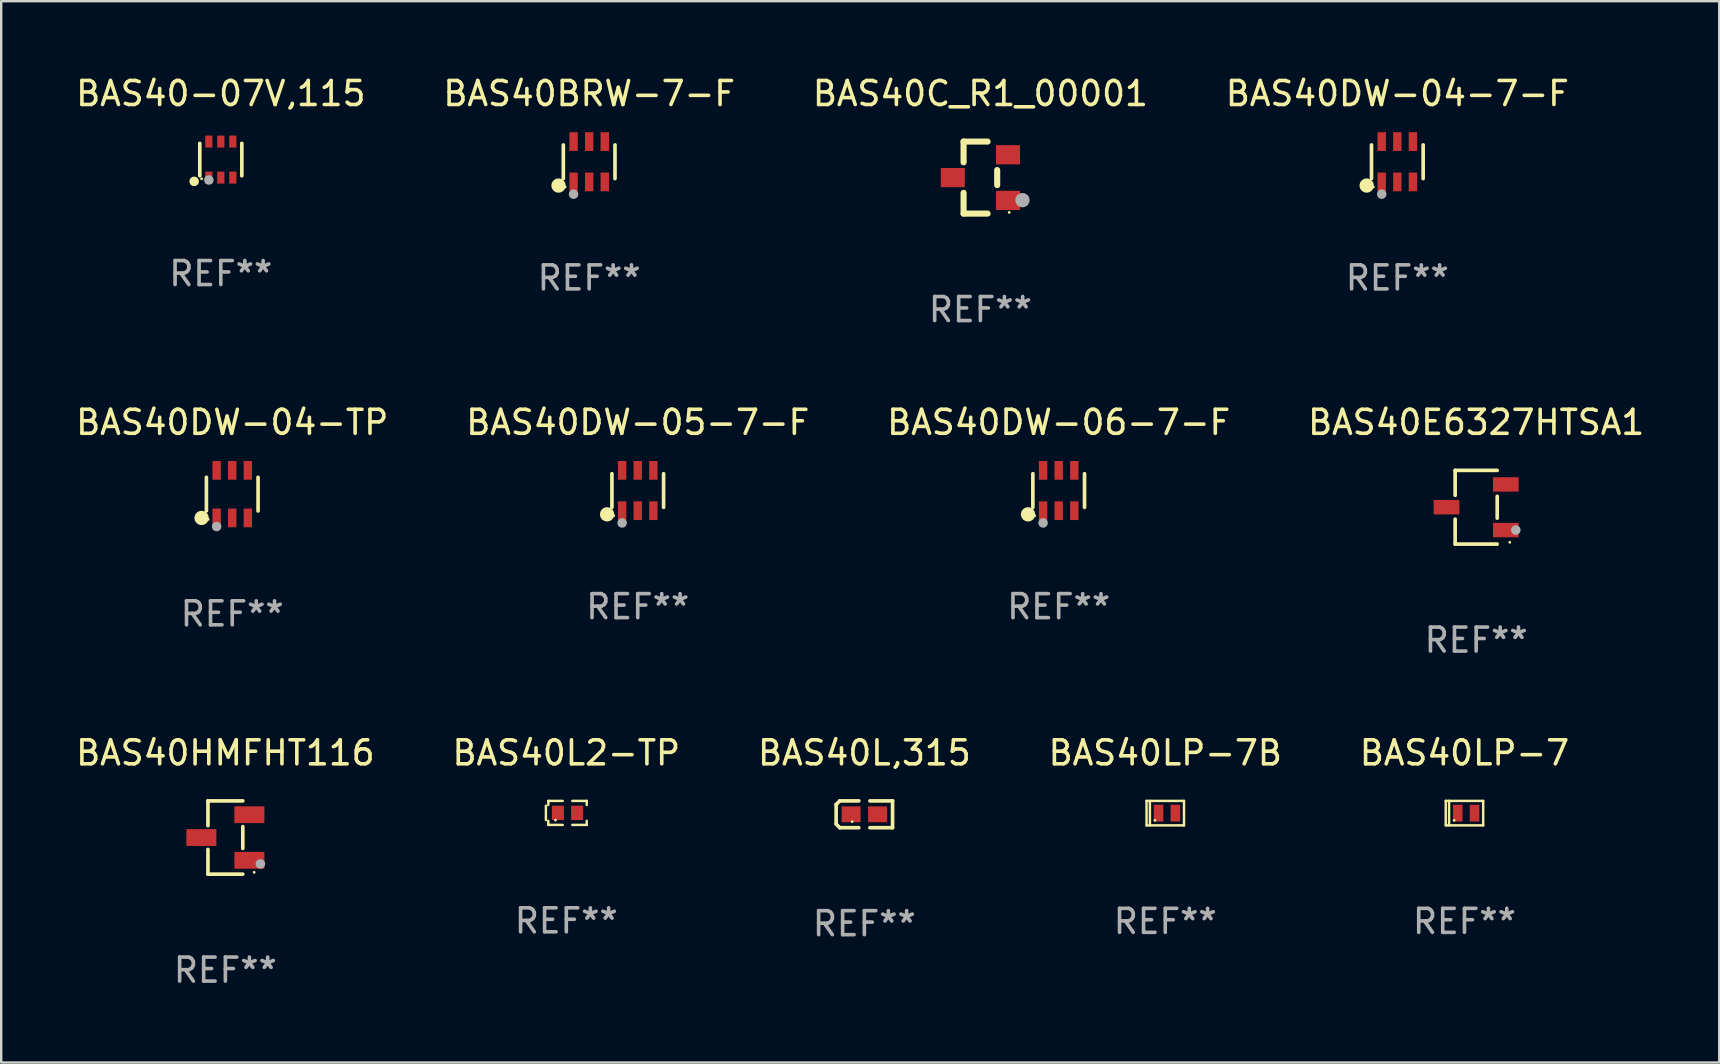
<source format=kicad_pcb>
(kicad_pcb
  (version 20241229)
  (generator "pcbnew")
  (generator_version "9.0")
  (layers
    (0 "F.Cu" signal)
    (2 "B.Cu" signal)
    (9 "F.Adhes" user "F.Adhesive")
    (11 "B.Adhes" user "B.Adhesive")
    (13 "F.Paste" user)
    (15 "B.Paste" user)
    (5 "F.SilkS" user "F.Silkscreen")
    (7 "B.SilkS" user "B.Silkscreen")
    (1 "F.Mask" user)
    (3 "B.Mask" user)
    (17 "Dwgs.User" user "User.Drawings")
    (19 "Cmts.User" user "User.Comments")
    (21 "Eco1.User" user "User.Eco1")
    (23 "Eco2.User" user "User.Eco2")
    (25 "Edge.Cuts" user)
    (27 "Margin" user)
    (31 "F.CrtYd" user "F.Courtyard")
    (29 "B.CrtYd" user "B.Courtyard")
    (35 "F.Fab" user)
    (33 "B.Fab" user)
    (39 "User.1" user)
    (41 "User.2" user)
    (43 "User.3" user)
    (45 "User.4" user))
  (footprint "BAS40C_R1_00001"
    (layer "F.Cu")
    (at 37.792 4.348)
    (property "Reference" "BAS40C_R1_00001" (at 0 -3.5 0) (layer "F.SilkS") (effects (font (size 1 1) (thickness 0.15))))
    (attr through_hole)
    (fp_line (start -0.7 -1.5) (end 0.3 -1.5) (stroke (width 0.254) (type solid)) (layer "F.SilkS"))
    (fp_line (start -0.7 -0.636) (end -0.7 -1.5) (stroke (width 0.254) (type solid)) (layer "F.SilkS"))
    (fp_line (start -0.7 1.5) (end -0.7 0.636) (stroke (width 0.254) (type solid)) (layer "F.SilkS"))
    (fp_line (start -0.7 1.5) (end 0.3 1.5) (stroke (width 0.254) (type solid)) (layer "F.SilkS"))
    (fp_line (start 0.7 0.314) (end 0.7 -0.314) (stroke (width 0.254) (type solid)) (layer "F.SilkS"))
    (fp_circle (center 1.2 1.45) (end 1.23 1.45) (stroke (width 0.06) (type solid)) (fill no) (layer "F.SilkS"))
    (fp_circle (center 1.753 0.94) (end 1.903 0.94) (stroke (width 0.3) (type solid)) (fill no) (layer "F.Fab"))
    (fp_text user "REF**" (at 0 5.5 0) (layer "F.Fab") (effects (font (size 1 1) (thickness 0.15))))
    (pad "1" smd rect (at 1.15 0.95 180) (size 1 0.8) (layers "F.Cu" "F.Mask" "F.Paste"))
    (pad "2" smd rect (at 1.15 -0.95 180) (size 1 0.8) (layers "F.Cu" "F.Mask" "F.Paste"))
    (pad "3" smd rect (at -1.15 -0.000051 180) (size 1 0.8) (layers "F.Cu" "F.Mask" "F.Paste")))
  (footprint "BAS40DW-06-7-F"
    (layer "F.Cu")
    (at 41.054 17.385)
    (property "Reference" "BAS40DW-06-7-F" (at 0 -2.84 0) (layer "F.SilkS") (effects (font (size 1 1) (thickness 0.15))))
    (attr through_hole)
    (fp_line (start -1.076 0.701) (end -1.076 -0.701) (stroke (width 0.152) (type solid)) (layer "F.SilkS"))
    (fp_line (start 1.076 0.701) (end 1.076 -0.701) (stroke (width 0.152) (type solid)) (layer "F.SilkS"))
    (fp_circle (center -1.277 0.992) (end -1.127 0.992) (stroke (width 0.3) (type solid)) (fill no) (layer "F.SilkS"))
    (fp_circle (center -1 1.05) (end -0.97 1.05) (stroke (width 0.06) (type solid)) (fill no) (layer "F.SilkS"))
    (fp_circle (center -0.65 1.35) (end -0.55 1.35) (stroke (width 0.2) (type solid)) (fill no) (layer "F.Fab"))
    (fp_text user "REF**" (at 0 4.84 0) (layer "F.Fab") (effects (font (size 1 1) (thickness 0.15))))
    (pad "1" smd rect (at -0.65 0.84) (size 0.35 0.78) (layers "F.Cu" "F.Mask" "F.Paste"))
    (pad "2" smd rect (at 0 0.84) (size 0.35 0.78) (layers "F.Cu" "F.Mask" "F.Paste"))
    (pad "3" smd rect (at 0.65 0.84) (size 0.35 0.78) (layers "F.Cu" "F.Mask" "F.Paste"))
    (pad "4" smd rect (at 0.65 -0.84) (size 0.35 0.78) (layers "F.Cu" "F.Mask" "F.Paste"))
    (pad "5" smd rect (at 0 -0.84) (size 0.35 0.78) (layers "F.Cu" "F.Mask" "F.Paste"))
    (pad "6" smd rect (at -0.65 -0.84) (size 0.35 0.78) (layers "F.Cu" "F.Mask" "F.Paste")))
  (footprint "BAS40DW-04-7-F"
    (layer "F.Cu")
    (at 55.161 3.688)
    (property "Reference" "BAS40DW-04-7-F" (at 0 -2.84 0) (layer "F.SilkS") (effects (font (size 1 1) (thickness 0.15))))
    (attr through_hole)
    (fp_line (start -1.076 0.701) (end -1.076 -0.701) (stroke (width 0.152) (type solid)) (layer "F.SilkS"))
    (fp_line (start 1.076 0.701) (end 1.076 -0.701) (stroke (width 0.152) (type solid)) (layer "F.SilkS"))
    (fp_circle (center -1.277 0.992) (end -1.127 0.992) (stroke (width 0.3) (type solid)) (fill no) (layer "F.SilkS"))
    (fp_circle (center -1 1.05) (end -0.97 1.05) (stroke (width 0.06) (type solid)) (fill no) (layer "F.SilkS"))
    (fp_circle (center -0.65 1.35) (end -0.55 1.35) (stroke (width 0.2) (type solid)) (fill no) (layer "F.Fab"))
    (fp_text user "REF**" (at 0 4.84 0) (layer "F.Fab") (effects (font (size 1 1) (thickness 0.15))))
    (pad "1" smd rect (at -0.65 0.84) (size 0.35 0.78) (layers "F.Cu" "F.Mask" "F.Paste"))
    (pad "2" smd rect (at 0 0.84) (size 0.35 0.78) (layers "F.Cu" "F.Mask" "F.Paste"))
    (pad "3" smd rect (at 0.65 0.84) (size 0.35 0.78) (layers "F.Cu" "F.Mask" "F.Paste"))
    (pad "4" smd rect (at 0.65 -0.84) (size 0.35 0.78) (layers "F.Cu" "F.Mask" "F.Paste"))
    (pad "5" smd rect (at 0 -0.84) (size 0.35 0.78) (layers "F.Cu" "F.Mask" "F.Paste"))
    (pad "6" smd rect (at -0.65 -0.84) (size 0.35 0.78) (layers "F.Cu" "F.Mask" "F.Paste")))
  (footprint "BAS40L,315"
    (layer "F.Cu")
    (at 32.958 30.873)
    (property "Reference" "BAS40L,315" (at 0 -2.559 0) (layer "F.SilkS") (effects (font (size 1 1) (thickness 0.15))))
    (attr through_hole)
    (fp_line (start -1.175 -0.407) (end -1.023 -0.559) (stroke (width 0.152) (type solid)) (layer "F.SilkS"))
    (fp_line (start -1.175 0.407) (end -1.175 -0.407) (stroke (width 0.152) (type solid)) (layer "F.SilkS"))
    (fp_line (start -1.023 -0.559) (end -0.232 -0.559) (stroke (width 0.152) (type solid)) (layer "F.SilkS"))
    (fp_line (start -1.023 0.559) (end -1.175 0.407) (stroke (width 0.152) (type solid)) (layer "F.SilkS"))
    (fp_line (start -0.232 0.559) (end -1.023 0.559) (stroke (width 0.152) (type solid)) (layer "F.SilkS"))
    (fp_line (start 0.232 0.559) (end 1.175 0.559) (stroke (width 0.152) (type solid)) (layer "F.SilkS"))
    (fp_line (start 1.175 -0.559) (end 0.232 -0.559) (stroke (width 0.152) (type solid)) (layer "F.SilkS"))
    (fp_line (start 1.175 0.559) (end 1.175 -0.559) (stroke (width 0.152) (type solid)) (layer "F.SilkS"))
    (fp_circle (center -0.506 0.306) (end -0.476 0.306) (stroke (width 0.06) (type solid)) (fill no) (layer "F.SilkS"))
    (fp_text user "REF**" (at 0 4.559 0) (layer "F.Fab") (effects (font (size 1 1) (thickness 0.15))))
    (pad "1" smd rect (at -0.551 0) (size 0.79 0.661) (layers "F.Cu" "F.Mask" "F.Paste"))
    (pad "2" smd rect (at 0.551 0) (size 0.79 0.661) (layers "F.Cu" "F.Mask" "F.Paste")))
  (footprint "BAS40HMFHT116"
    (layer "F.Cu")
    (at 6.339 31.84)
    (property "Reference" "BAS40HMFHT116" (at 0 -3.526 0) (layer "F.SilkS") (effects (font (size 1 1) (thickness 0.15))))
    (attr through_hole)
    (fp_line (start -0.726 -1.526) (end -0.726 -0.495) (stroke (width 0.152) (type solid)) (layer "F.SilkS"))
    (fp_line (start -0.726 1.526) (end -0.726 0.495) (stroke (width 0.152) (type solid)) (layer "F.SilkS"))
    (fp_line (start 0.726 -1.526) (end -0.726 -1.526) (stroke (width 0.152) (type solid)) (layer "F.SilkS"))
    (fp_line (start 0.726 -0.455) (end 0.726 0.455) (stroke (width 0.152) (type solid)) (layer "F.SilkS"))
    (fp_line (start 0.726 1.526) (end -0.726 1.526) (stroke (width 0.152) (type solid)) (layer "F.SilkS"))
    (fp_circle (center 1.2 1.45) (end 1.23 1.45) (stroke (width 0.06) (type solid)) (fill no) (layer "F.SilkS"))
    (fp_circle (center 1.46 1.1) (end 1.56 1.1) (stroke (width 0.2) (type solid)) (fill no) (layer "F.Fab"))
    (fp_text user "REF**" (at 0 5.526 0) (layer "F.Fab") (effects (font (size 1 1) (thickness 0.15))))
    (pad "1" smd rect (at 1 0.95) (size 1.25 0.7) (layers "F.Cu" "F.Mask" "F.Paste"))
    (pad "2" smd rect (at 1 -0.95) (size 1.25 0.7) (layers "F.Cu" "F.Mask" "F.Paste"))
    (pad "3" smd rect (at -1 0) (size 1.25 0.7) (layers "F.Cu" "F.Mask" "F.Paste")))
  (footprint "BAS40BRW-7-F"
    (layer "F.Cu")
    (at 21.494 3.688)
    (property "Reference" "BAS40BRW-7-F" (at 0 -2.84 0) (layer "F.SilkS") (effects (font (size 1 1) (thickness 0.15))))
    (attr through_hole)
    (fp_line (start -1.076 0.701) (end -1.076 -0.701) (stroke (width 0.152) (type solid)) (layer "F.SilkS"))
    (fp_line (start 1.076 0.701) (end 1.076 -0.701) (stroke (width 0.152) (type solid)) (layer "F.SilkS"))
    (fp_circle (center -1.277 0.992) (end -1.127 0.992) (stroke (width 0.3) (type solid)) (fill no) (layer "F.SilkS"))
    (fp_circle (center -1 1.05) (end -0.97 1.05) (stroke (width 0.06) (type solid)) (fill no) (layer "F.SilkS"))
    (fp_circle (center -0.65 1.35) (end -0.55 1.35) (stroke (width 0.2) (type solid)) (fill no) (layer "F.Fab"))
    (fp_text user "REF**" (at 0 4.84 0) (layer "F.Fab") (effects (font (size 1 1) (thickness 0.15))))
    (pad "1" smd rect (at -0.65 0.84) (size 0.35 0.78) (layers "F.Cu" "F.Mask" "F.Paste"))
    (pad "2" smd rect (at 0 0.84) (size 0.35 0.78) (layers "F.Cu" "F.Mask" "F.Paste"))
    (pad "3" smd rect (at 0.65 0.84) (size 0.35 0.78) (layers "F.Cu" "F.Mask" "F.Paste"))
    (pad "4" smd rect (at 0.65 -0.84) (size 0.35 0.78) (layers "F.Cu" "F.Mask" "F.Paste"))
    (pad "5" smd rect (at 0 -0.84) (size 0.35 0.78) (layers "F.Cu" "F.Mask" "F.Paste"))
    (pad "6" smd rect (at -0.65 -0.84) (size 0.35 0.78) (layers "F.Cu" "F.Mask" "F.Paste")))
  (footprint "BAS40E6327HTSA1"
    (layer "F.Cu")
    (at 58.446 18.081)
    (property "Reference" "BAS40E6327HTSA1" (at 0 -3.536 0) (layer "F.SilkS") (effects (font (size 1 1) (thickness 0.15))))
    (attr through_hole)
    (fp_line (start -0.876 -1.536) (end -0.876 -0.495) (stroke (width 0.152) (type solid)) (layer "F.SilkS"))
    (fp_line (start -0.876 1.536) (end -0.876 0.495) (stroke (width 0.152) (type solid)) (layer "F.SilkS"))
    (fp_line (start 0.876 -1.536) (end -0.876 -1.536) (stroke (width 0.152) (type solid)) (layer "F.SilkS"))
    (fp_line (start 0.876 -0.455) (end 0.876 0.455) (stroke (width 0.152) (type solid)) (layer "F.SilkS"))
    (fp_line (start 0.876 1.536) (end -0.876 1.536) (stroke (width 0.152) (type solid)) (layer "F.SilkS"))
    (fp_circle (center 1.4 1.46) (end 1.43 1.46) (stroke (width 0.06) (type solid)) (fill no) (layer "F.SilkS"))
    (fp_circle (center 1.651 0.95) (end 1.751 0.95) (stroke (width 0.2) (type solid)) (fill no) (layer "F.Fab"))
    (fp_text user "REF**" (at 0 5.536 0) (layer "F.Fab") (effects (font (size 1 1) (thickness 0.15))))
    (pad "1" smd rect (at 1.235 0.95) (size 1.07 0.6) (layers "F.Cu" "F.Mask" "F.Paste"))
    (pad "2" smd rect (at 1.235 -0.95) (size 1.07 0.6) (layers "F.Cu" "F.Mask" "F.Paste"))
    (pad "3" smd rect (at -1.235 0) (size 1.07 0.6) (layers "F.Cu" "F.Mask" "F.Paste")))
  (footprint "BAS40LP-7B"
    (layer "F.Cu")
    (at 45.494 30.824)
    (property "Reference" "BAS40LP-7B" (at 0 -2.51 0) (layer "F.SilkS") (effects (font (size 1 1) (thickness 0.15))))
    (attr through_hole)
    (fp_line (start -0.78 -0.51) (end -0.78 0.51) (stroke (width 0.102) (type solid)) (layer "F.SilkS"))
    (fp_line (start -0.78 -0.51) (end 0.78 -0.51) (stroke (width 0.102) (type solid)) (layer "F.SilkS"))
    (fp_line (start -0.78 0.51) (end 0.78 0.51) (stroke (width 0.102) (type solid)) (layer "F.SilkS"))
    (fp_line (start -0.64 -0.51) (end -0.64 0.51) (stroke (width 0.102) (type solid)) (layer "F.SilkS"))
    (fp_line (start 0.78 -0.51) (end 0.78 0.51) (stroke (width 0.102) (type solid)) (layer "F.SilkS"))
    (fp_circle (center -0.43 0.3) (end -0.4 0.3) (stroke (width 0.06) (type solid)) (fill no) (layer "F.SilkS"))
    (fp_text user "REF**" (at 0 4.51 0) (layer "F.Fab") (effects (font (size 1 1) (thickness 0.15))))
    (pad "1" smd rect (at -0.28 0) (size 0.4 0.7) (layers "F.Cu" "F.Mask" "F.Paste"))
    (pad "2" smd rect (at 0.42 0) (size 0.4 0.7) (layers "F.Cu" "F.Mask" "F.Paste")))
  (footprint "BAS40-07V,115"
    (layer "F.Cu")
    (at 6.149 3.598)
    (property "Reference" "BAS40-07V,115" (at 0 -2.75 0) (layer "F.SilkS") (effects (font (size 1 1) (thickness 0.15))))
    (attr through_hole)
    (fp_line (start -0.876 0.676) (end -0.876 -0.676) (stroke (width 0.152) (type solid)) (layer "F.SilkS"))
    (fp_line (start 0.876 0.676) (end 0.876 -0.676) (stroke (width 0.152) (type solid)) (layer "F.SilkS"))
    (fp_circle (center -1.111 0.908) (end -1.011 0.908) (stroke (width 0.2) (type solid)) (fill no) (layer "F.SilkS"))
    (fp_circle (center -0.8 0.8) (end -0.77 0.8) (stroke (width 0.06) (type solid)) (fill no) (layer "F.SilkS"))
    (fp_circle (center -0.499 0.85) (end -0.399 0.85) (stroke (width 0.2) (type solid)) (fill no) (layer "F.Fab"))
    (fp_text user "REF**" (at 0 4.75 0) (layer "F.Fab") (effects (font (size 1 1) (thickness 0.15))))
    (pad "1" smd rect (at -0.5 0.75) (size 0.3 0.5) (layers "F.Cu" "F.Mask" "F.Paste"))
    (pad "2" smd rect (at 0 0.75) (size 0.3 0.5) (layers "F.Cu" "F.Mask" "F.Paste"))
    (pad "3" smd rect (at 0.5 0.75) (size 0.3 0.5) (layers "F.Cu" "F.Mask" "F.Paste"))
    (pad "4" smd rect (at 0.5 -0.75) (size 0.3 0.5) (layers "F.Cu" "F.Mask" "F.Paste"))
    (pad "5" smd rect (at 0 -0.75) (size 0.3 0.5) (layers "F.Cu" "F.Mask" "F.Paste"))
    (pad "6" smd rect (at -0.5 -0.75) (size 0.3 0.5) (layers "F.Cu" "F.Mask" "F.Paste")))
  (footprint "BAS40DW-05-7-F"
    (layer "F.Cu")
    (at 23.518 17.385)
    (property "Reference" "BAS40DW-05-7-F" (at 0 -2.84 0) (layer "F.SilkS") (effects (font (size 1 1) (thickness 0.15))))
    (attr through_hole)
    (fp_line (start -1.076 0.701) (end -1.076 -0.701) (stroke (width 0.152) (type solid)) (layer "F.SilkS"))
    (fp_line (start 1.076 0.701) (end 1.076 -0.701) (stroke (width 0.152) (type solid)) (layer "F.SilkS"))
    (fp_circle (center -1.277 0.992) (end -1.127 0.992) (stroke (width 0.3) (type solid)) (fill no) (layer "F.SilkS"))
    (fp_circle (center -1 1.05) (end -0.97 1.05) (stroke (width 0.06) (type solid)) (fill no) (layer "F.SilkS"))
    (fp_circle (center -0.65 1.35) (end -0.55 1.35) (stroke (width 0.2) (type solid)) (fill no) (layer "F.Fab"))
    (fp_text user "REF**" (at 0 4.84 0) (layer "F.Fab") (effects (font (size 1 1) (thickness 0.15))))
    (pad "1" smd rect (at -0.65 0.84) (size 0.35 0.78) (layers "F.Cu" "F.Mask" "F.Paste"))
    (pad "2" smd rect (at 0 0.84) (size 0.35 0.78) (layers "F.Cu" "F.Mask" "F.Paste"))
    (pad "3" smd rect (at 0.65 0.84) (size 0.35 0.78) (layers "F.Cu" "F.Mask" "F.Paste"))
    (pad "4" smd rect (at 0.65 -0.84) (size 0.35 0.78) (layers "F.Cu" "F.Mask" "F.Paste"))
    (pad "5" smd rect (at 0 -0.84) (size 0.35 0.78) (layers "F.Cu" "F.Mask" "F.Paste"))
    (pad "6" smd rect (at -0.65 -0.84) (size 0.35 0.78) (layers "F.Cu" "F.Mask" "F.Paste")))
  (footprint "BAS40DW-04-TP"
    (layer "F.Cu")
    (at 6.625 17.535)
    (property "Reference" "BAS40DW-04-TP" (at 0 -2.99 0) (layer "F.SilkS") (effects (font (size 1 1) (thickness 0.15))))
    (attr through_hole)
    (fp_line (start -1.076 0.701) (end -1.076 -0.701) (stroke (width 0.152) (type solid)) (layer "F.SilkS"))
    (fp_line (start 1.076 0.701) (end 1.076 -0.701) (stroke (width 0.152) (type solid)) (layer "F.SilkS"))
    (fp_circle (center -1.277 0.992) (end -1.127 0.992) (stroke (width 0.3) (type solid)) (fill no) (layer "F.SilkS"))
    (fp_circle (center -1 1.05) (end -0.97 1.05) (stroke (width 0.06) (type solid)) (fill no) (layer "F.SilkS"))
    (fp_circle (center -0.65 1.35) (end -0.55 1.35) (stroke (width 0.2) (type solid)) (fill no) (layer "F.Fab"))
    (fp_text user "REF**" (at 0 4.99 0) (layer "F.Fab") (effects (font (size 1 1) (thickness 0.15))))
    (pad "1" smd rect (at -0.65 0.99) (size 0.35 0.78) (layers "F.Cu" "F.Mask" "F.Paste"))
    (pad "2" smd rect (at 0 0.99) (size 0.35 0.78) (layers "F.Cu" "F.Mask" "F.Paste"))
    (pad "3" smd rect (at 0.65 0.99) (size 0.35 0.78) (layers "F.Cu" "F.Mask" "F.Paste"))
    (pad "4" smd rect (at 0.65 -0.99) (size 0.35 0.78) (layers "F.Cu" "F.Mask" "F.Paste"))
    (pad "5" smd rect (at 0 -0.99) (size 0.35 0.78) (layers "F.Cu" "F.Mask" "F.Paste"))
    (pad "6" smd rect (at -0.65 -0.99) (size 0.35 0.78) (layers "F.Cu" "F.Mask" "F.Paste")))
  (footprint "BAS40LP-7"
    (layer "F.Cu")
    (at 57.958 30.824)
    (property "Reference" "BAS40LP-7" (at 0 -2.51 0) (layer "F.SilkS") (effects (font (size 1 1) (thickness 0.15))))
    (attr through_hole)
    (fp_line (start -0.78 -0.51) (end -0.78 0.51) (stroke (width 0.102) (type solid)) (layer "F.SilkS"))
    (fp_line (start -0.78 -0.51) (end 0.78 -0.51) (stroke (width 0.102) (type solid)) (layer "F.SilkS"))
    (fp_line (start -0.78 0.51) (end 0.78 0.51) (stroke (width 0.102) (type solid)) (layer "F.SilkS"))
    (fp_line (start -0.64 -0.51) (end -0.64 0.51) (stroke (width 0.102) (type solid)) (layer "F.SilkS"))
    (fp_line (start 0.78 -0.51) (end 0.78 0.51) (stroke (width 0.102) (type solid)) (layer "F.SilkS"))
    (fp_circle (center -0.43 0.3) (end -0.4 0.3) (stroke (width 0.06) (type solid)) (fill no) (layer "F.SilkS"))
    (fp_text user "REF**" (at 0 4.51 0) (layer "F.Fab") (effects (font (size 1 1) (thickness 0.15))))
    (pad "1" smd rect (at -0.28 0) (size 0.4 0.7) (layers "F.Cu" "F.Mask" "F.Paste"))
    (pad "2" smd rect (at 0.42 0) (size 0.4 0.7) (layers "F.Cu" "F.Mask" "F.Paste")))
  (footprint "BAS40L2-TP"
    (layer "F.Cu")
    (at 20.542 30.814)
    (property "Reference" "BAS40L2-TP" (at 0 -2.5 0) (layer "F.SilkS") (effects (font (size 1 1) (thickness 0.15))))
    (attr through_hole)
    (fp_line (start -0.85 -0.3) (end -0.85 0.3) (stroke (width 0.102) (type solid)) (layer "F.SilkS"))
    (fp_line (start -0.75 -0.5) (end -0.75 -0.329) (stroke (width 0.102) (type solid)) (layer "F.SilkS"))
    (fp_line (start -0.75 0.329) (end -0.75 0.5) (stroke (width 0.102) (type solid)) (layer "F.SilkS"))
    (fp_line (start -0.75 0.5) (end -0.15 0.5) (stroke (width 0.102) (type solid)) (layer "F.SilkS"))
    (fp_line (start -0.15 -0.5) (end -0.75 -0.5) (stroke (width 0.102) (type solid)) (layer "F.SilkS"))
    (fp_line (start 0.25 -0.5) (end 0.85 -0.5) (stroke (width 0.102) (type solid)) (layer "F.SilkS"))
    (fp_line (start 0.85 -0.5) (end 0.85 -0.33) (stroke (width 0.102) (type solid)) (layer "F.SilkS"))
    (fp_line (start 0.85 0.33) (end 0.85 0.5) (stroke (width 0.102) (type solid)) (layer "F.SilkS"))
    (fp_line (start 0.85 0.5) (end 0.25 0.5) (stroke (width 0.102) (type solid)) (layer "F.SilkS"))
    (fp_circle (center -0.45 0.3) (end -0.42 0.3) (stroke (width 0.06) (type solid)) (fill no) (layer "F.SilkS"))
    (fp_text user "REF**" (at 0 4.5 0) (layer "F.Fab") (effects (font (size 1 1) (thickness 0.15))))
    (pad "1" smd rect (at -0.35 0) (size 0.5 0.6) (layers "F.Cu" "F.Mask" "F.Paste"))
    (pad "2" smd rect (at 0.45 0) (size 0.5 0.6) (layers "F.Cu" "F.Mask" "F.Paste")))
  (gr_rect
    (start -3 -3)
    (end 68.571 41.214)
    (stroke (width 0.1) (type default))
    (fill no)
    (layer "Edge.Cuts")))
</source>
